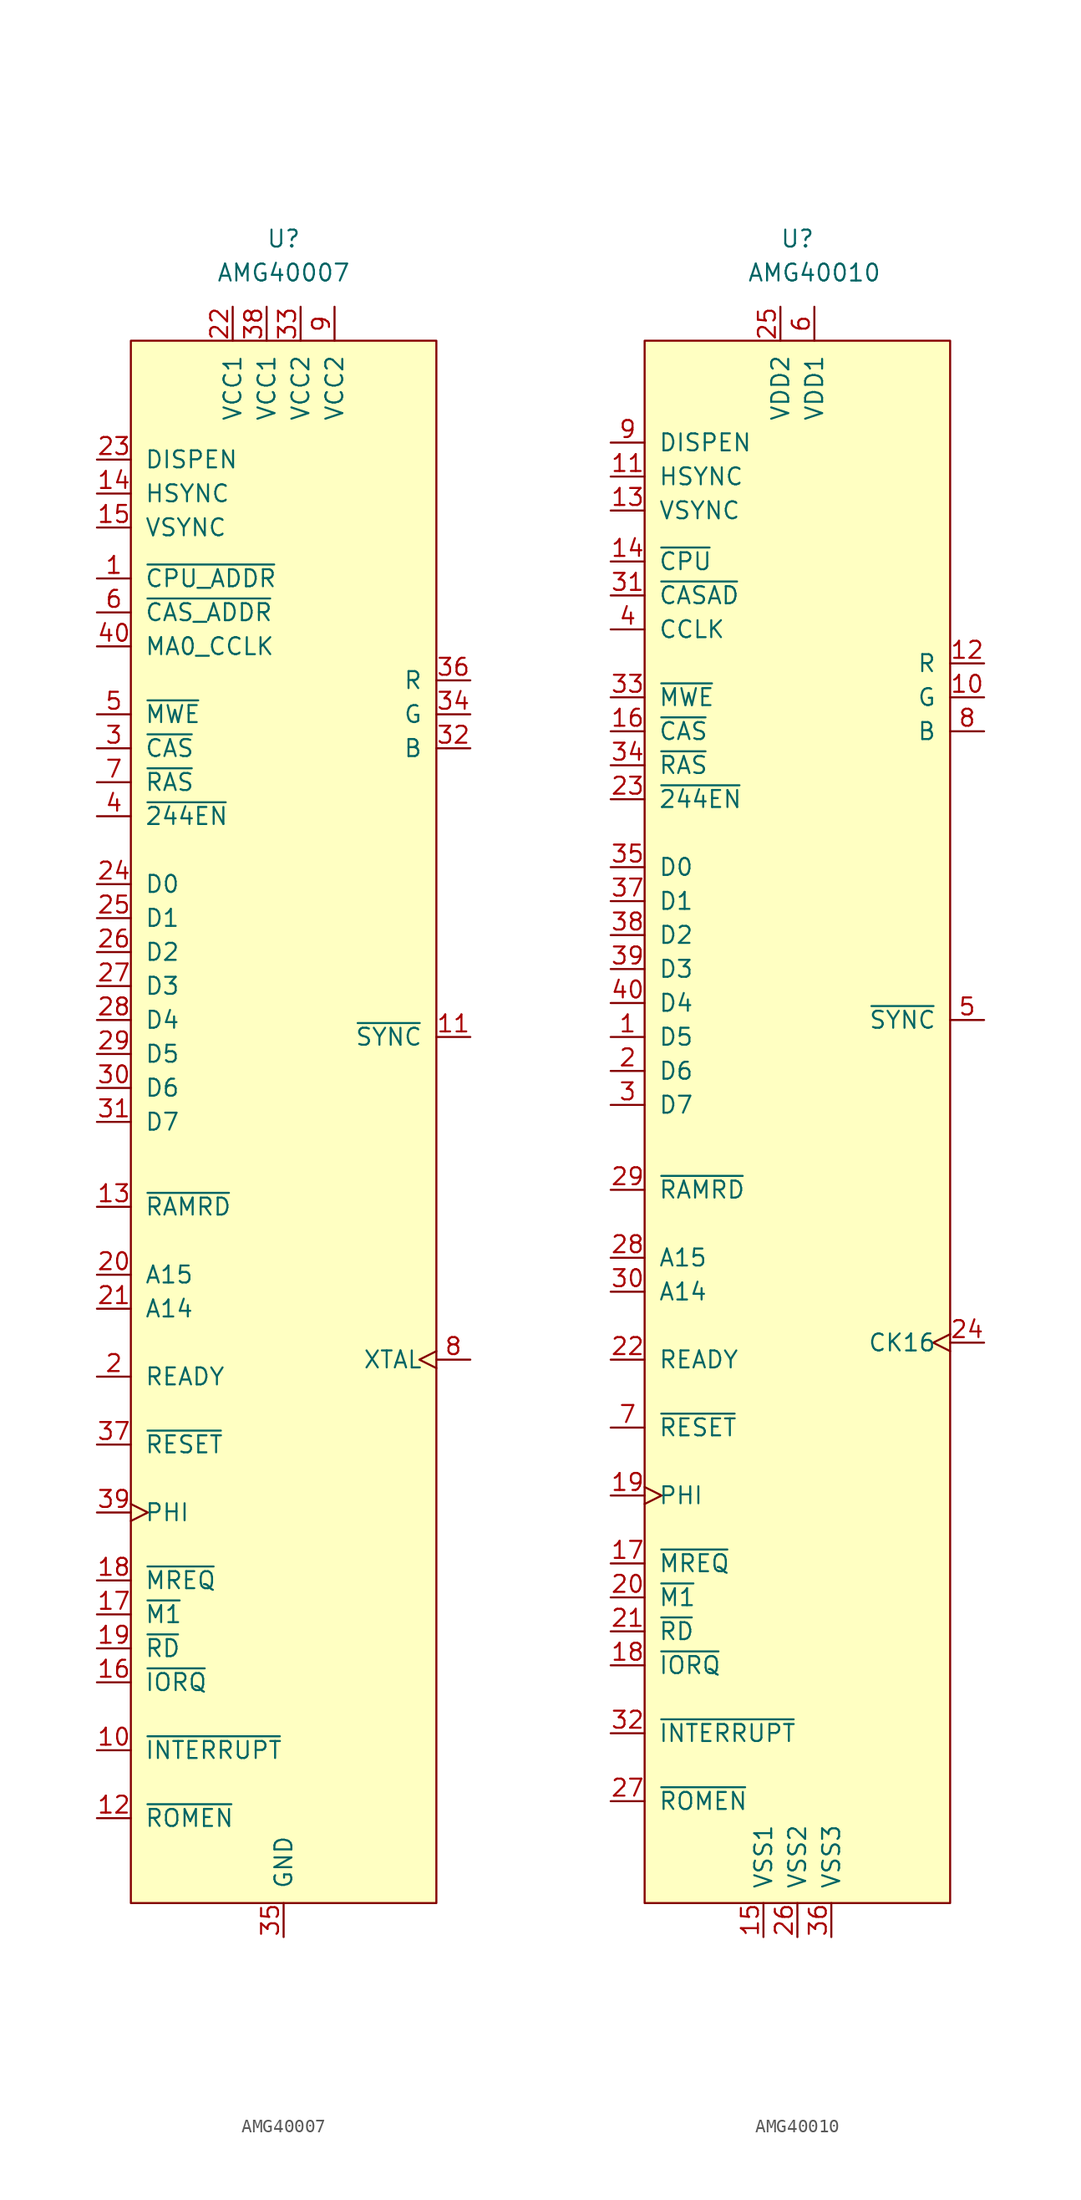
<source format=kicad_sym>
(kicad_symbol_lib
  (version 20211014)
  (generator kicad_symbol_editor)
  (symbol "AMG40007"
    (pin_names
      (offset 1.016))
    (property "Reference" "U"
      (at 0 66.04 0)
      (effects (font (size 1.27 1.27))))
    (property "Value" "AMG40007"
      (at 0 63.5 0)
      (effects (font (size 1.27 1.27))))
    (symbol "AMG40007_0_0"
      (pin output line (at -13.97 40.64 0) (length 2.54) (name "~{CPU_ADDR}" (effects (font (size 1.27 1.27)))) (number "1" (effects (font (size 1.27 1.27)))))
      (pin open_collector line (at -13.97 -46.99 0) (length 2.54) (name "~{INTERRUPT}" (effects (font (size 1.27 1.27)))) (number "10" (effects (font (size 1.27 1.27)))))
      (pin output line (at 13.97 6.35 180) (length 2.54) (name "~{SYNC}" (effects (font (size 1.27 1.27)))) (number "11" (effects (font (size 1.27 1.27)))))
      (pin output line (at -13.97 -52.07 0) (length 2.54) (name "~{ROMEN}" (effects (font (size 1.27 1.27)))) (number "12" (effects (font (size 1.27 1.27)))))
      (pin output line (at -13.97 -6.35 0) (length 2.54) (name "~{RAMRD}" (effects (font (size 1.27 1.27)))) (number "13" (effects (font (size 1.27 1.27)))))
      (pin input line (at -13.97 46.99 0) (length 2.54) (name "HSYNC" (effects (font (size 1.27 1.27)))) (number "14" (effects (font (size 1.27 1.27)))))
      (pin input line (at -13.97 44.45 0) (length 2.54) (name "VSYNC" (effects (font (size 1.27 1.27)))) (number "15" (effects (font (size 1.27 1.27)))))
      (pin input line (at -13.97 -41.91 0) (length 2.54) (name "~{IORQ}" (effects (font (size 1.27 1.27)))) (number "16" (effects (font (size 1.27 1.27)))))
      (pin input line (at -13.97 -36.83 0) (length 2.54) (name "~{M1}" (effects (font (size 1.27 1.27)))) (number "17" (effects (font (size 1.27 1.27)))))
      (pin input line (at -13.97 -34.29 0) (length 2.54) (name "~{MREQ}" (effects (font (size 1.27 1.27)))) (number "18" (effects (font (size 1.27 1.27)))))
      (pin input line (at -13.97 -39.37 0) (length 2.54) (name "~{RD}" (effects (font (size 1.27 1.27)))) (number "19" (effects (font (size 1.27 1.27)))))
      (pin open_collector line (at -13.97 -19.05 0) (length 2.54) (name "READY" (effects (font (size 1.27 1.27)))) (number "2" (effects (font (size 1.27 1.27)))))
      (pin input line (at -13.97 -11.43 0) (length 2.54) (name "A15" (effects (font (size 1.27 1.27)))) (number "20" (effects (font (size 1.27 1.27)))))
      (pin input line (at -13.97 -13.97 0) (length 2.54) (name "A14" (effects (font (size 1.27 1.27)))) (number "21" (effects (font (size 1.27 1.27)))))
      (pin power_in line (at -3.81 60.96 270) (length 2.54) (name "VCC1" (effects (font (size 1.27 1.27)))) (number "22" (effects (font (size 1.27 1.27)))))
      (pin input line (at -13.97 49.53 0) (length 2.54) (name "DISPEN" (effects (font (size 1.27 1.27)))) (number "23" (effects (font (size 1.27 1.27)))))
      (pin bidirectional line (at -13.97 17.78 0) (length 2.54) (name "D0" (effects (font (size 1.27 1.27)))) (number "24" (effects (font (size 1.27 1.27)))))
      (pin bidirectional line (at -13.97 15.24 0) (length 2.54) (name "D1" (effects (font (size 1.27 1.27)))) (number "25" (effects (font (size 1.27 1.27)))))
      (pin bidirectional line (at -13.97 12.7 0) (length 2.54) (name "D2" (effects (font (size 1.27 1.27)))) (number "26" (effects (font (size 1.27 1.27)))))
      (pin bidirectional line (at -13.97 10.16 0) (length 2.54) (name "D3" (effects (font (size 1.27 1.27)))) (number "27" (effects (font (size 1.27 1.27)))))
      (pin bidirectional line (at -13.97 7.62 0) (length 2.54) (name "D4" (effects (font (size 1.27 1.27)))) (number "28" (effects (font (size 1.27 1.27)))))
      (pin bidirectional line (at -13.97 5.08 0) (length 2.54) (name "D5" (effects (font (size 1.27 1.27)))) (number "29" (effects (font (size 1.27 1.27)))))
      (pin output line (at -13.97 27.94 0) (length 2.54) (name "~{CAS}" (effects (font (size 1.27 1.27)))) (number "3" (effects (font (size 1.27 1.27)))))
      (pin bidirectional line (at -13.97 2.54 0) (length 2.54) (name "D6" (effects (font (size 1.27 1.27)))) (number "30" (effects (font (size 1.27 1.27)))))
      (pin bidirectional line (at -13.97 0 0) (length 2.54) (name "D7" (effects (font (size 1.27 1.27)))) (number "31" (effects (font (size 1.27 1.27)))))
      (pin output line (at 13.97 27.94 180) (length 2.54) (name "B" (effects (font (size 1.27 1.27)))) (number "32" (effects (font (size 1.27 1.27)))))
      (pin power_in line (at 1.27 60.96 270) (length 2.54) (name "VCC2" (effects (font (size 1.27 1.27)))) (number "33" (effects (font (size 1.27 1.27)))))
      (pin output line (at 13.97 30.48 180) (length 2.54) (name "G" (effects (font (size 1.27 1.27)))) (number "34" (effects (font (size 1.27 1.27)))))
      (pin passive line (at 0 -60.96 90) (length 2.54) (name "GND" (effects (font (size 1.27 1.27)))) (number "35" (effects (font (size 1.27 1.27)))))
      (pin output line (at 13.97 33.02 180) (length 2.54) (name "R" (effects (font (size 1.27 1.27)))) (number "36" (effects (font (size 1.27 1.27)))))
      (pin input line (at -13.97 -24.13 0) (length 2.54) (name "~{RESET}" (effects (font (size 1.27 1.27)))) (number "37" (effects (font (size 1.27 1.27)))))
      (pin power_in line (at -1.27 60.96 270) (length 2.54) (name "VCC1" (effects (font (size 1.27 1.27)))) (number "38" (effects (font (size 1.27 1.27)))))
      (pin output clock (at -13.97 -29.21 0) (length 2.54) (name "PHI" (effects (font (size 1.27 1.27)))) (number "39" (effects (font (size 1.27 1.27)))))
      (pin output line (at -13.97 22.86 0) (length 2.54) (name "~{244EN}" (effects (font (size 1.27 1.27)))) (number "4" (effects (font (size 1.27 1.27)))))
      (pin output line (at -13.97 35.56 0) (length 2.54) (name "MA0_CCLK" (effects (font (size 1.27 1.27)))) (number "40" (effects (font (size 1.27 1.27)))))
      (pin output line (at -13.97 30.48 0) (length 2.54) (name "~{MWE}" (effects (font (size 1.27 1.27)))) (number "5" (effects (font (size 1.27 1.27)))))
      (pin output line (at -13.97 38.1 0) (length 2.54) (name "~{CAS_ADDR}" (effects (font (size 1.27 1.27)))) (number "6" (effects (font (size 1.27 1.27)))))
      (pin output line (at -13.97 25.4 0) (length 2.54) (name "~{RAS}" (effects (font (size 1.27 1.27)))) (number "7" (effects (font (size 1.27 1.27)))))
      (pin input clock (at 13.97 -17.78 180) (length 2.54) (name "XTAL" (effects (font (size 1.27 1.27)))) (number "8" (effects (font (size 1.27 1.27)))))
      (pin power_in line (at 3.81 60.96 270) (length 2.54) (name "VCC2" (effects (font (size 1.27 1.27)))) (number "9" (effects (font (size 1.27 1.27))))))
    (symbol "AMG40007_0_1"
      (rectangle (start -11.43 58.42) (end 11.43 -58.42) (stroke (width 0) (type default) (color 0 0 0 0)) (fill (type background)))))
  (symbol "AMG40010"
    (pin_names
      (offset 1.016))
    (property "Reference" "U"
      (at 0 66.04 0)
      (effects (font (size 1.27 1.27))))
    (property "Value" "AMG40010"
      (at 1.27 63.5 0)
      (effects (font (size 1.27 1.27))))
    (symbol "AMG40010_0_0"
      (pin bidirectional line (at -13.97 6.35 0) (length 2.54) (name "D5" (effects (font (size 1.27 1.27)))) (number "1" (effects (font (size 1.27 1.27)))))
      (pin output line (at 13.97 31.75 180) (length 2.54) (name "G" (effects (font (size 1.27 1.27)))) (number "10" (effects (font (size 1.27 1.27)))))
      (pin input line (at -13.97 48.26 0) (length 2.54) (name "HSYNC" (effects (font (size 1.27 1.27)))) (number "11" (effects (font (size 1.27 1.27)))))
      (pin output line (at 13.97 34.29 180) (length 2.54) (name "R" (effects (font (size 1.27 1.27)))) (number "12" (effects (font (size 1.27 1.27)))))
      (pin input line (at -13.97 45.72 0) (length 2.54) (name "VSYNC" (effects (font (size 1.27 1.27)))) (number "13" (effects (font (size 1.27 1.27)))))
      (pin output line (at -13.97 41.91 0) (length 2.54) (name "~{CPU}" (effects (font (size 1.27 1.27)))) (number "14" (effects (font (size 1.27 1.27)))))
      (pin passive line (at -2.54 -60.96 90) (length 2.54) (name "VSS1" (effects (font (size 1.27 1.27)))) (number "15" (effects (font (size 1.27 1.27)))))
      (pin output line (at -13.97 29.21 0) (length 2.54) (name "~{CAS}" (effects (font (size 1.27 1.27)))) (number "16" (effects (font (size 1.27 1.27)))))
      (pin input line (at -13.97 -33.02 0) (length 2.54) (name "~{MREQ}" (effects (font (size 1.27 1.27)))) (number "17" (effects (font (size 1.27 1.27)))))
      (pin input line (at -13.97 -40.64 0) (length 2.54) (name "~{IORQ}" (effects (font (size 1.27 1.27)))) (number "18" (effects (font (size 1.27 1.27)))))
      (pin output clock (at -13.97 -27.94 0) (length 2.54) (name "PHI" (effects (font (size 1.27 1.27)))) (number "19" (effects (font (size 1.27 1.27)))))
      (pin bidirectional line (at -13.97 3.81 0) (length 2.54) (name "D6" (effects (font (size 1.27 1.27)))) (number "2" (effects (font (size 1.27 1.27)))))
      (pin input line (at -13.97 -35.56 0) (length 2.54) (name "~{M1}" (effects (font (size 1.27 1.27)))) (number "20" (effects (font (size 1.27 1.27)))))
      (pin input line (at -13.97 -38.1 0) (length 2.54) (name "~{RD}" (effects (font (size 1.27 1.27)))) (number "21" (effects (font (size 1.27 1.27)))))
      (pin open_collector line (at -13.97 -17.78 0) (length 2.54) (name "READY" (effects (font (size 1.27 1.27)))) (number "22" (effects (font (size 1.27 1.27)))))
      (pin output line (at -13.97 24.13 0) (length 2.54) (name "~{244EN}" (effects (font (size 1.27 1.27)))) (number "23" (effects (font (size 1.27 1.27)))))
      (pin input clock (at 13.97 -16.51 180) (length 2.54) (name "CK16" (effects (font (size 1.27 1.27)))) (number "24" (effects (font (size 1.27 1.27)))))
      (pin power_in line (at -1.27 60.96 270) (length 2.54) (name "VDD2" (effects (font (size 1.27 1.27)))) (number "25" (effects (font (size 1.27 1.27)))))
      (pin passive line (at 0 -60.96 90) (length 2.54) (name "VSS2" (effects (font (size 1.27 1.27)))) (number "26" (effects (font (size 1.27 1.27)))))
      (pin output line (at -13.97 -50.8 0) (length 2.54) (name "~{ROMEN}" (effects (font (size 1.27 1.27)))) (number "27" (effects (font (size 1.27 1.27)))))
      (pin input line (at -13.97 -10.16 0) (length 2.54) (name "A15" (effects (font (size 1.27 1.27)))) (number "28" (effects (font (size 1.27 1.27)))))
      (pin output line (at -13.97 -5.08 0) (length 2.54) (name "~{RAMRD}" (effects (font (size 1.27 1.27)))) (number "29" (effects (font (size 1.27 1.27)))))
      (pin bidirectional line (at -13.97 1.27 0) (length 2.54) (name "D7" (effects (font (size 1.27 1.27)))) (number "3" (effects (font (size 1.27 1.27)))))
      (pin input line (at -13.97 -12.7 0) (length 2.54) (name "A14" (effects (font (size 1.27 1.27)))) (number "30" (effects (font (size 1.27 1.27)))))
      (pin output line (at -13.97 39.37 0) (length 2.54) (name "~{CASAD}" (effects (font (size 1.27 1.27)))) (number "31" (effects (font (size 1.27 1.27)))))
      (pin open_collector line (at -13.97 -45.72 0) (length 2.54) (name "~{INTERRUPT}" (effects (font (size 1.27 1.27)))) (number "32" (effects (font (size 1.27 1.27)))))
      (pin output line (at -13.97 31.75 0) (length 2.54) (name "~{MWE}" (effects (font (size 1.27 1.27)))) (number "33" (effects (font (size 1.27 1.27)))))
      (pin output line (at -13.97 26.67 0) (length 2.54) (name "~{RAS}" (effects (font (size 1.27 1.27)))) (number "34" (effects (font (size 1.27 1.27)))))
      (pin bidirectional line (at -13.97 19.05 0) (length 2.54) (name "D0" (effects (font (size 1.27 1.27)))) (number "35" (effects (font (size 1.27 1.27)))))
      (pin passive line (at 2.54 -60.96 90) (length 2.54) (name "VSS3" (effects (font (size 1.27 1.27)))) (number "36" (effects (font (size 1.27 1.27)))))
      (pin bidirectional line (at -13.97 16.51 0) (length 2.54) (name "D1" (effects (font (size 1.27 1.27)))) (number "37" (effects (font (size 1.27 1.27)))))
      (pin bidirectional line (at -13.97 13.97 0) (length 2.54) (name "D2" (effects (font (size 1.27 1.27)))) (number "38" (effects (font (size 1.27 1.27)))))
      (pin bidirectional line (at -13.97 11.43 0) (length 2.54) (name "D3" (effects (font (size 1.27 1.27)))) (number "39" (effects (font (size 1.27 1.27)))))
      (pin output line (at -13.97 36.83 0) (length 2.54) (name "CCLK" (effects (font (size 1.27 1.27)))) (number "4" (effects (font (size 1.27 1.27)))))
      (pin bidirectional line (at -13.97 8.89 0) (length 2.54) (name "D4" (effects (font (size 1.27 1.27)))) (number "40" (effects (font (size 1.27 1.27)))))
      (pin output line (at 13.97 7.62 180) (length 2.54) (name "~{SYNC}" (effects (font (size 1.27 1.27)))) (number "5" (effects (font (size 1.27 1.27)))))
      (pin power_in line (at 1.27 60.96 270) (length 2.54) (name "VDD1" (effects (font (size 1.27 1.27)))) (number "6" (effects (font (size 1.27 1.27)))))
      (pin input line (at -13.97 -22.86 0) (length 2.54) (name "~{RESET}" (effects (font (size 1.27 1.27)))) (number "7" (effects (font (size 1.27 1.27)))))
      (pin output line (at 13.97 29.21 180) (length 2.54) (name "B" (effects (font (size 1.27 1.27)))) (number "8" (effects (font (size 1.27 1.27)))))
      (pin input line (at -13.97 50.8 0) (length 2.54) (name "DISPEN" (effects (font (size 1.27 1.27)))) (number "9" (effects (font (size 1.27 1.27))))))
    (symbol "AMG40010_0_1"
      (rectangle (start -11.43 58.42) (end 11.43 -58.42) (stroke (width 0) (type default) (color 0 0 0 0)) (fill (type background))))))
</source>
